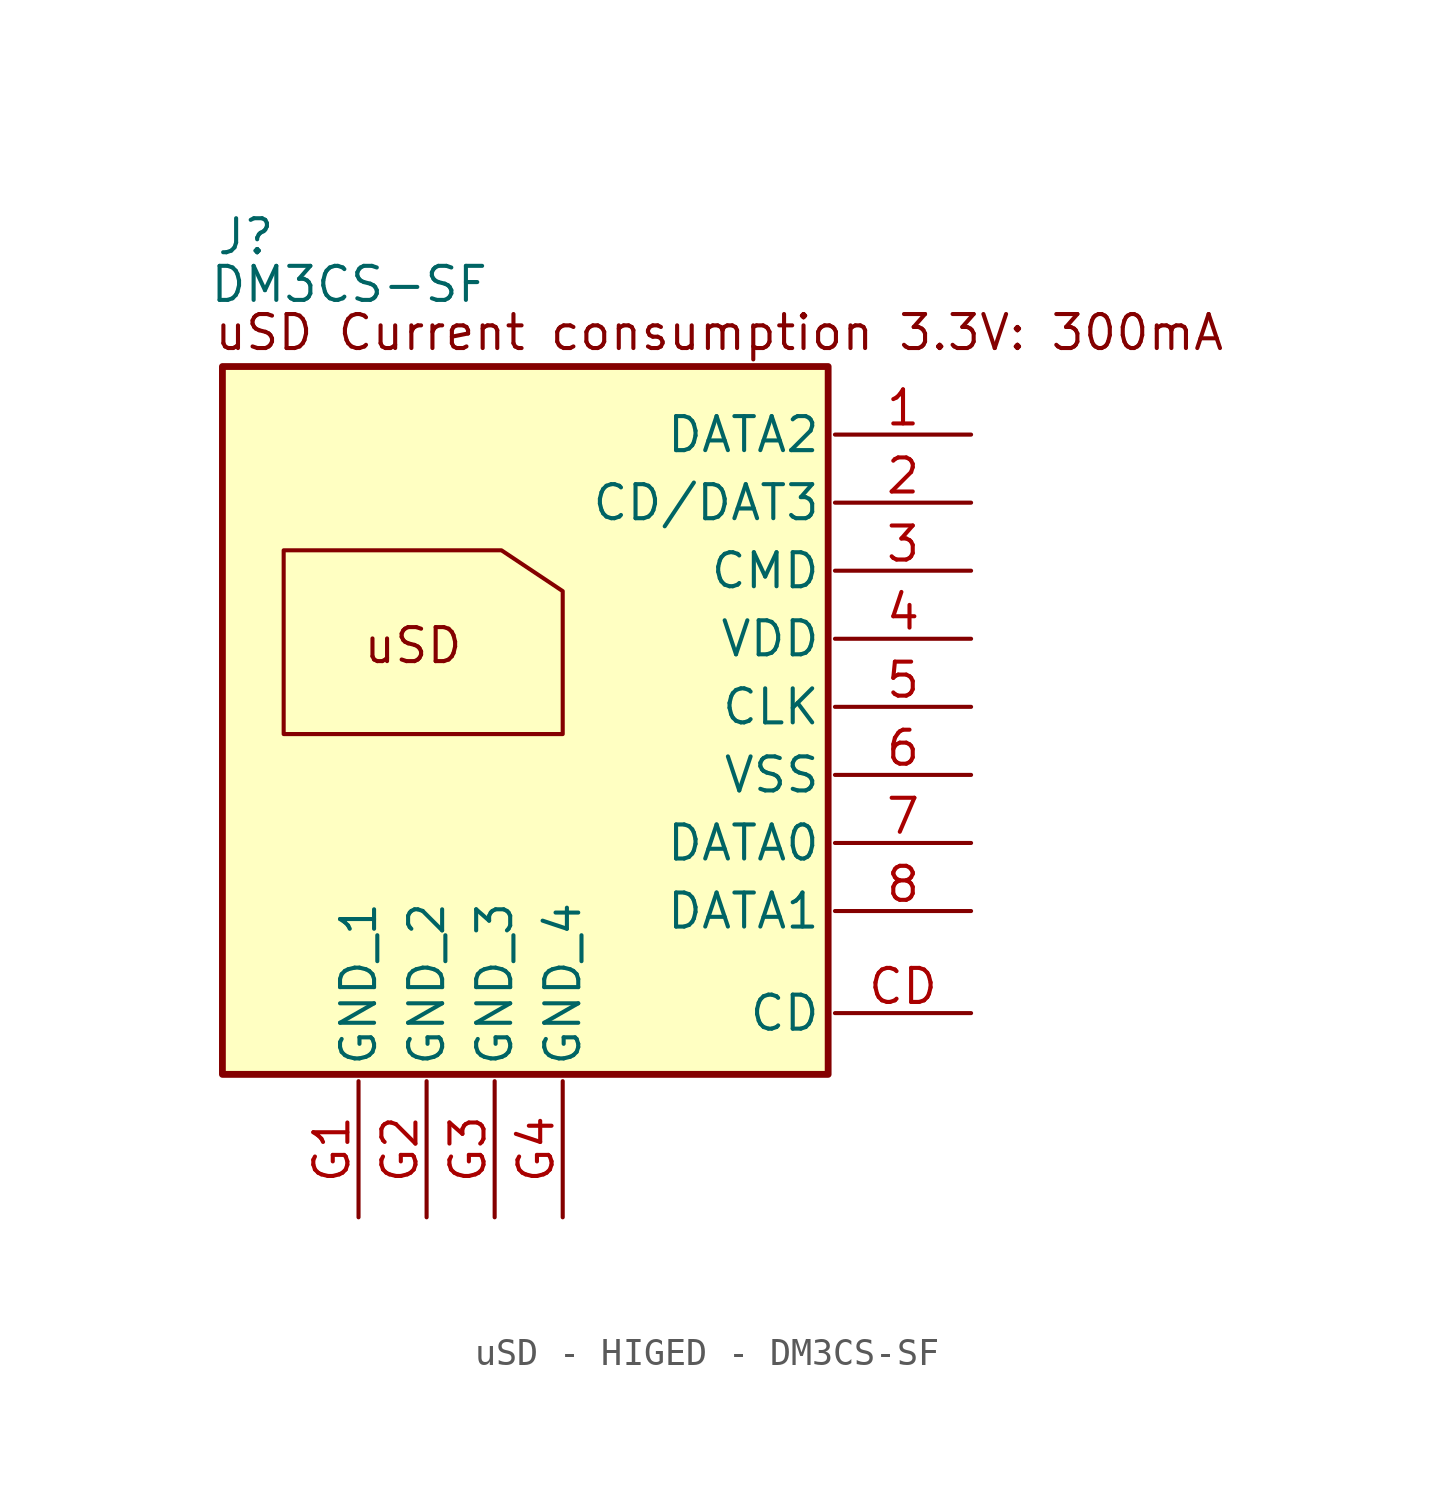
<source format=kicad_sym>
(kicad_symbol_lib
  (version 20241209)
  (generator "kicad_symbol_editor")
  (generator_version "9.0")
  (symbol "uSD - HIGED - DM3CS-SF "
    (property "Reference" "J"
      (at -11.684 17.018 0)
      (effects (font (size 1.27 1.27)) (justify left top)))
    (property "Value" "DM3CS-SF"
      (at -11.938 15.24 0)
      (effects (font (size 1.27 1.27)) (justify left top)))
    (symbol "uSD - HIGED - DM3CS-SF _0_1"
      (polyline (pts (xy -9.144 -2.286) (xy -9.144 4.572) (xy -1.016 4.572) (xy 1.27 3.048) (xy 1.27 -2.286) (xy -9.144 -2.286)) (stroke (width 0) (type default)) (fill (type none))))
    (symbol "uSD - HIGED - DM3CS-SF _1_1"
      (rectangle (start -11.43 11.43) (end 11.176 -14.986) (stroke (width 0.254) (type default)) (fill (type background)))
      (text "uSD\n" (at -4.318 1.016 0) (effects (font (size 1.27 1.27))))
      (text "uSD Current consumption 3.3V: 300mA" (at 7.112 12.7 0) (effects (font (size 1.27 1.27) (color 132 0 0 1))))
      (pin passive line (at -6.35 -20.32 90) (length 5.08) (name "GND_1" (effects (font (size 1.27 1.27)))) (number "G1" (effects (font (size 1.27 1.27)))))
      (pin passive line (at -3.81 -20.32 90) (length 5.08) (name "GND_2" (effects (font (size 1.27 1.27)))) (number "G2" (effects (font (size 1.27 1.27)))))
      (pin passive line (at -1.27 -20.32 90) (length 5.08) (name "GND_3" (effects (font (size 1.27 1.27)))) (number "G3" (effects (font (size 1.27 1.27)))))
      (pin passive line (at 1.27 -20.32 90) (length 5.08) (name "GND_4" (effects (font (size 1.27 1.27)))) (number "G4" (effects (font (size 1.27 1.27)))))
      (pin bidirectional line (at 16.51 8.89 180) (length 5.08) (name "DATA2" (effects (font (size 1.27 1.27)))) (number "1" (effects (font (size 1.27 1.27)))))
      (pin bidirectional line (at 16.51 6.35 180) (length 5.08) (name "CD/DAT3" (effects (font (size 1.27 1.27)))) (number "2" (effects (font (size 1.27 1.27)))))
      (pin bidirectional line (at 16.51 3.81 180) (length 5.08) (name "CMD" (effects (font (size 1.27 1.27)))) (number "3" (effects (font (size 1.27 1.27)))))
      (pin power_in line (at 16.51 1.27 180) (length 5.08) (name "VDD" (effects (font (size 1.27 1.27)))) (number "4" (effects (font (size 1.27 1.27)))))
      (pin input line (at 16.51 -1.27 180) (length 5.08) (name "CLK" (effects (font (size 1.27 1.27)))) (number "5" (effects (font (size 1.27 1.27)))))
      (pin power_in line (at 16.51 -3.81 180) (length 5.08) (name "VSS" (effects (font (size 1.27 1.27)))) (number "6" (effects (font (size 1.27 1.27)))))
      (pin bidirectional line (at 16.51 -6.35 180) (length 5.08) (name "DATA0" (effects (font (size 1.27 1.27)))) (number "7" (effects (font (size 1.27 1.27)))))
      (pin bidirectional line (at 16.51 -8.89 180) (length 5.08) (name "DATA1" (effects (font (size 1.27 1.27)))) (number "8" (effects (font (size 1.27 1.27)))))
      (pin passive line (at 16.51 -12.7 180) (length 5.08) (name "CD" (effects (font (size 1.27 1.27)))) (number "CD" (effects (font (size 1.27 1.27))))))))
</source>
